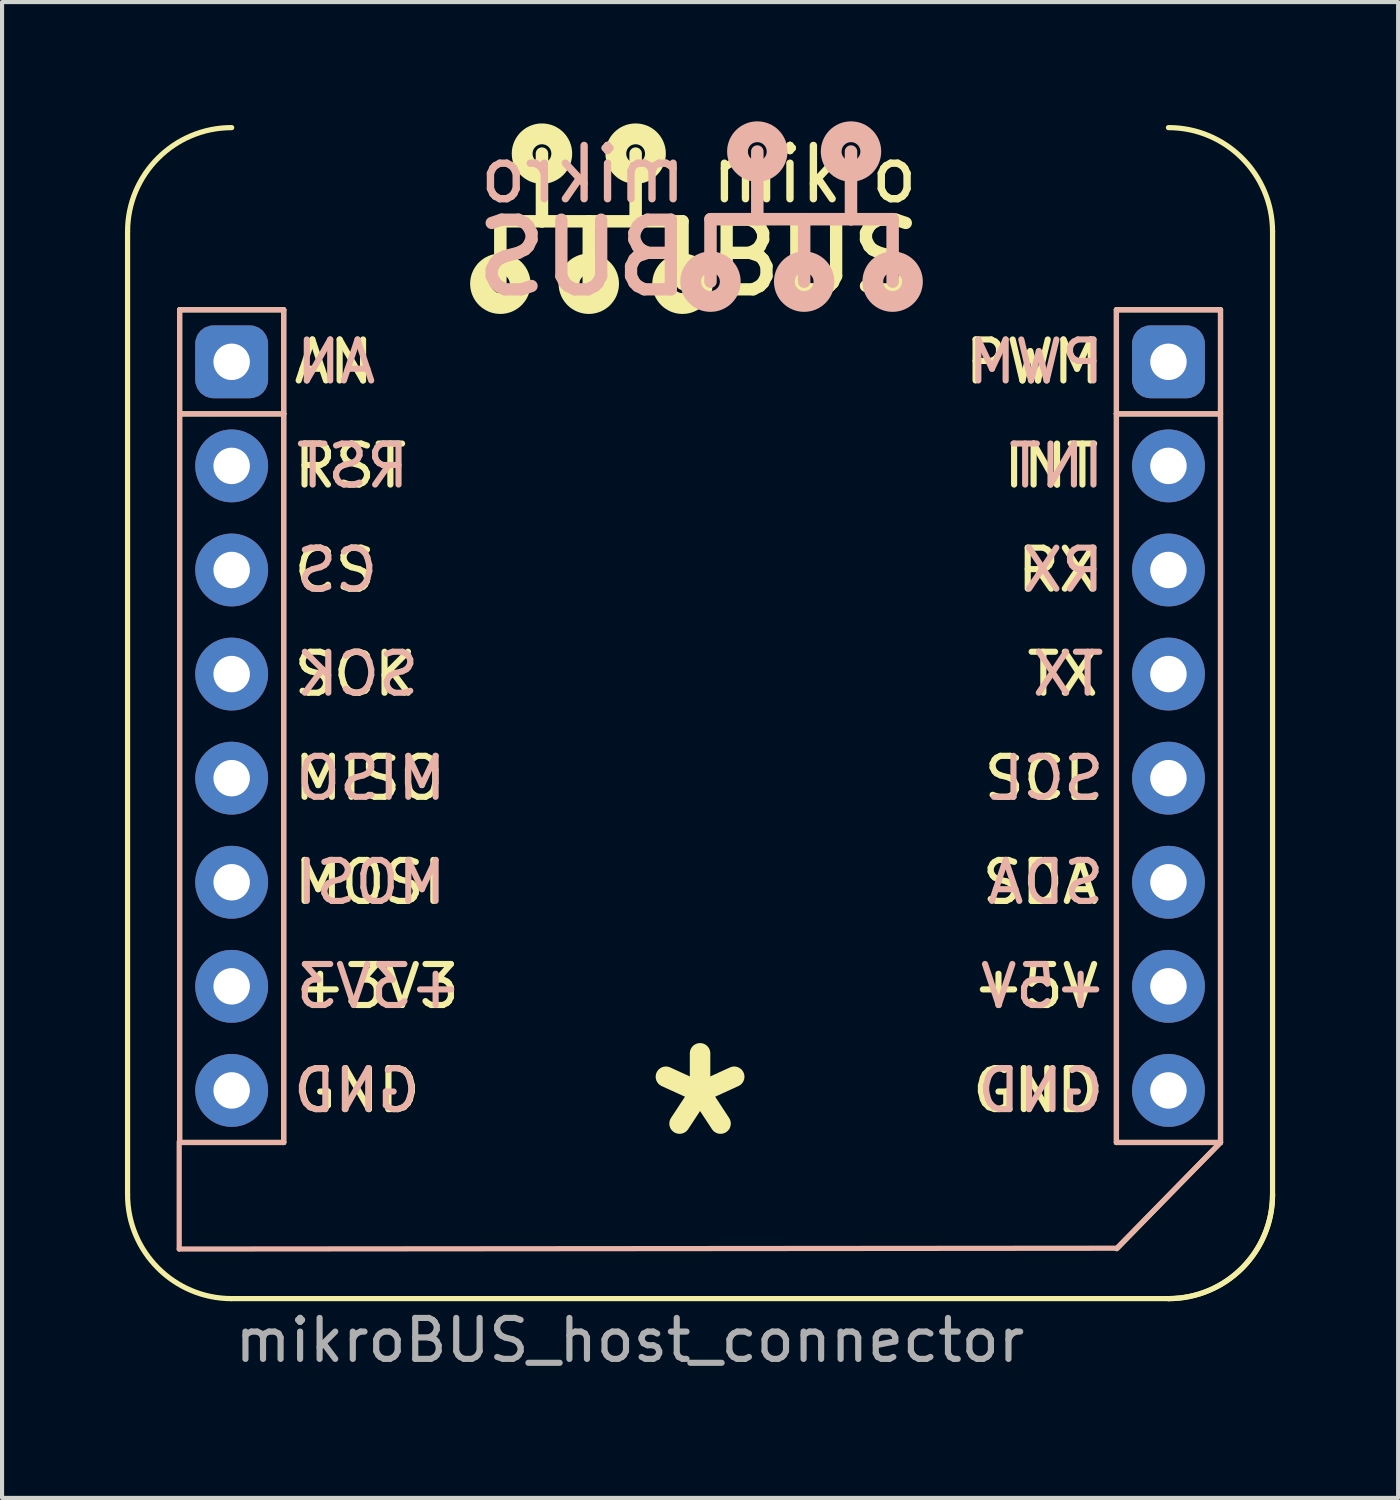
<source format=kicad_pcb>
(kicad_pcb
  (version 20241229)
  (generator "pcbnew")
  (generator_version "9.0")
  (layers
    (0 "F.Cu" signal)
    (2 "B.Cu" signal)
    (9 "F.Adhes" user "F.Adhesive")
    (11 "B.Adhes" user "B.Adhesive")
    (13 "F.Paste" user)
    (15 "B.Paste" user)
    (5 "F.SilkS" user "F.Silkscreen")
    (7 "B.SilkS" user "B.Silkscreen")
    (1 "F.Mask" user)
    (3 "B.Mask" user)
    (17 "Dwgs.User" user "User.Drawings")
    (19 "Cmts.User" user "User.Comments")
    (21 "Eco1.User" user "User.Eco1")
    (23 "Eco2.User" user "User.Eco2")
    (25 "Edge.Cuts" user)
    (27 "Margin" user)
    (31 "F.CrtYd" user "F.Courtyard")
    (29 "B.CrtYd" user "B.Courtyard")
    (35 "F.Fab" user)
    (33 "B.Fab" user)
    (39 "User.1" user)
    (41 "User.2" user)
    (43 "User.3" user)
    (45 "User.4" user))
  (footprint "mikroBUS_host_connector"
    (layer "F.Cu")
    (at 2.603 5.779)
    (property "Reference" "mikroBUS_host_connector" (at 0 23.876 0) (layer "F.Fab") (effects (font (size 1 1) (thickness 0.15)) (justify left)))
    (attr through_hole)
    (fp_line (start -2.54 -3.175) (end -2.54 20.32) (stroke (width 0.127) (type solid)) (layer "F.SilkS"))
    (fp_line (start -1.27 -1.27) (end -1.27 1.27) (stroke (width 0.127) (type solid)) (layer "F.SilkS"))
    (fp_line (start -1.27 1.27) (end -1.27 19.05) (stroke (width 0.127) (type solid)) (layer "F.SilkS"))
    (fp_line (start -1.27 1.27) (end 1.27 1.27) (stroke (width 0.127) (type solid)) (layer "F.SilkS"))
    (fp_line (start -1.27 19.05) (end 1.27 19.05) (stroke (width 0.127) (type solid)) (layer "F.SilkS"))
    (fp_line (start 0 22.86) (end 22.86 22.86) (stroke (width 0.127) (type solid)) (layer "F.SilkS"))
    (fp_line (start 1.27 -1.27) (end -1.27 -1.27) (stroke (width 0.127) (type solid)) (layer "F.SilkS"))
    (fp_line (start 1.27 1.27) (end 1.27 -1.27) (stroke (width 0.127) (type solid)) (layer "F.SilkS"))
    (fp_line (start 1.27 19.05) (end 1.27 1.27) (stroke (width 0.127) (type solid)) (layer "F.SilkS"))
    (fp_line (start 6.556 -3.429) (end 6.556 -1.905) (stroke (width 0.305) (type solid)) (layer "F.SilkS"))
    (fp_line (start 6.556 -3.429) (end 7.572 -3.429) (stroke (width 0.305) (type solid)) (layer "F.SilkS"))
    (fp_line (start 7.572 -3.429) (end 7.572 -5.08) (stroke (width 0.305) (type solid)) (layer "F.SilkS"))
    (fp_line (start 7.572 -3.429) (end 8.715 -3.429) (stroke (width 0.305) (type solid)) (layer "F.SilkS"))
    (fp_line (start 8.715 -3.429) (end 8.715 -1.905) (stroke (width 0.305) (type solid)) (layer "F.SilkS"))
    (fp_line (start 8.715 -3.429) (end 9.858 -3.429) (stroke (width 0.305) (type solid)) (layer "F.SilkS"))
    (fp_line (start 9.858 -3.429) (end 9.858 -5.08) (stroke (width 0.305) (type solid)) (layer "F.SilkS"))
    (fp_line (start 9.858 -3.429) (end 11.001 -3.429) (stroke (width 0.305) (type solid)) (layer "F.SilkS"))
    (fp_line (start 11.001 -3.429) (end 11.001 -1.905) (stroke (width 0.305) (type solid)) (layer "F.SilkS"))
    (fp_line (start 21.59 -1.27) (end 21.59 1.27) (stroke (width 0.127) (type solid)) (layer "F.SilkS"))
    (fp_line (start 21.59 -1.27) (end 24.13 -1.27) (stroke (width 0.127) (type solid)) (layer "F.SilkS"))
    (fp_line (start 21.59 1.27) (end 21.59 19.05) (stroke (width 0.127) (type solid)) (layer "F.SilkS"))
    (fp_line (start 21.59 1.27) (end 24.13 1.27) (stroke (width 0.127) (type solid)) (layer "F.SilkS"))
    (fp_line (start 21.59 19.05) (end 24.13 19.05) (stroke (width 0.127) (type solid)) (layer "F.SilkS"))
    (fp_line (start 24.13 -1.27) (end 24.13 19.05) (stroke (width 0.127) (type solid)) (layer "F.SilkS"))
    (fp_line (start 24.13 19.05) (end 21.6 21.64) (stroke (width 0.127) (type solid)) (layer "F.SilkS"))
    (fp_line (start 25.4 -3.175) (end 25.4 20.32) (stroke (width 0.127) (type solid)) (layer "F.SilkS"))
    (fp_arc (start -2.54 -3.175) (mid -1.796051 -4.971051) (end 0 -5.715) (stroke (width 0.127) (type solid)) (layer "F.SilkS"))
    (fp_arc (start 0 22.86) (mid -1.796051 22.116051) (end -2.54 20.32) (stroke (width 0.127) (type solid)) (layer "F.SilkS"))
    (fp_arc (start 22.86 -5.715) (mid 24.656051 -4.971051) (end 25.4 -3.175) (stroke (width 0.127) (type solid)) (layer "F.SilkS"))
    (fp_arc (start 25.4 20.32) (mid 24.656051 22.116051) (end 22.86 22.86) (stroke (width 0.127) (type solid)) (layer "F.SilkS"))
    (fp_arc (start 25.4 20.32) (mid 24.656051 22.116051) (end 22.86 22.86) (stroke (width 0.127) (type solid)) (layer "F.SilkS"))
    (fp_circle (center 6.556 -1.905) (end 6.785 -1.905) (stroke (width 0.508) (type solid)) (fill no) (layer "F.SilkS"))
    (fp_circle (center 7.572 -5.08) (end 7.801 -5.08) (stroke (width 0.508) (type solid)) (fill no) (layer "F.SilkS"))
    (fp_circle (center 8.715 -1.905) (end 8.944 -1.905) (stroke (width 0.508) (type solid)) (fill no) (layer "F.SilkS"))
    (fp_circle (center 9.858 -5.08) (end 10.087 -5.08) (stroke (width 0.508) (type solid)) (fill no) (layer "F.SilkS"))
    (fp_circle (center 11.001 -1.905) (end 11.23 -1.905) (stroke (width 0.508) (type solid)) (fill no) (layer "F.SilkS"))
    (fp_line (start -1.28 19.03) (end -1.28 21.65) (stroke (width 0.127) (type solid)) (layer "B.SilkS"))
    (fp_line (start -1.28 21.65) (end 21.59 21.63) (stroke (width 0.127) (type solid)) (layer "B.SilkS"))
    (fp_line (start -1.27 -1.27) (end -1.27 1.27) (stroke (width 0.127) (type solid)) (layer "B.SilkS"))
    (fp_line (start -1.27 1.27) (end -1.27 19.05) (stroke (width 0.127) (type solid)) (layer "B.SilkS"))
    (fp_line (start -1.27 1.27) (end 1.27 1.27) (stroke (width 0.127) (type solid)) (layer "B.SilkS"))
    (fp_line (start -1.27 19.05) (end 1.27 19.05) (stroke (width 0.127) (type solid)) (layer "B.SilkS"))
    (fp_line (start 1.27 -1.27) (end -1.27 -1.27) (stroke (width 0.127) (type solid)) (layer "B.SilkS"))
    (fp_line (start 1.27 1.27) (end 1.27 -1.27) (stroke (width 0.127) (type solid)) (layer "B.SilkS"))
    (fp_line (start 1.27 19.05) (end 1.27 1.27) (stroke (width 0.127) (type solid)) (layer "B.SilkS"))
    (fp_line (start 11.684 -3.48) (end 11.684 -1.956) (stroke (width 0.305) (type solid)) (layer "B.SilkS"))
    (fp_line (start 12.827 -3.48) (end 11.684 -3.48) (stroke (width 0.305) (type solid)) (layer "B.SilkS"))
    (fp_line (start 12.827 -3.48) (end 12.827 -5.131) (stroke (width 0.305) (type solid)) (layer "B.SilkS"))
    (fp_line (start 13.97 -3.48) (end 12.827 -3.48) (stroke (width 0.305) (type solid)) (layer "B.SilkS"))
    (fp_line (start 13.97 -3.48) (end 13.97 -1.956) (stroke (width 0.305) (type solid)) (layer "B.SilkS"))
    (fp_line (start 15.113 -3.48) (end 13.97 -3.48) (stroke (width 0.305) (type solid)) (layer "B.SilkS"))
    (fp_line (start 15.113 -3.48) (end 15.113 -5.131) (stroke (width 0.305) (type solid)) (layer "B.SilkS"))
    (fp_line (start 16.129 -3.48) (end 15.113 -3.48) (stroke (width 0.305) (type solid)) (layer "B.SilkS"))
    (fp_line (start 16.129 -3.48) (end 16.129 -1.956) (stroke (width 0.305) (type solid)) (layer "B.SilkS"))
    (fp_line (start 21.59 -1.27) (end 21.59 1.27) (stroke (width 0.127) (type solid)) (layer "B.SilkS"))
    (fp_line (start 21.59 -1.27) (end 24.13 -1.27) (stroke (width 0.127) (type solid)) (layer "B.SilkS"))
    (fp_line (start 21.59 1.27) (end 21.59 19.05) (stroke (width 0.127) (type solid)) (layer "B.SilkS"))
    (fp_line (start 21.59 1.27) (end 24.13 1.27) (stroke (width 0.127) (type solid)) (layer "B.SilkS"))
    (fp_line (start 21.59 19.05) (end 24.13 19.05) (stroke (width 0.127) (type solid)) (layer "B.SilkS"))
    (fp_line (start 24.13 -1.27) (end 24.13 19.05) (stroke (width 0.127) (type solid)) (layer "B.SilkS"))
    (fp_line (start 24.13 19.05) (end 21.59 21.64) (stroke (width 0.127) (type solid)) (layer "B.SilkS"))
    (fp_circle (center 11.684 -1.956) (end 11.913 -1.956) (stroke (width 0.508) (type solid)) (fill no) (layer "B.SilkS"))
    (fp_circle (center 12.827 -5.131) (end 13.056 -5.131) (stroke (width 0.508) (type solid)) (fill no) (layer "B.SilkS"))
    (fp_circle (center 13.97 -1.956) (end 14.199 -1.956) (stroke (width 0.508) (type solid)) (fill no) (layer "B.SilkS"))
    (fp_circle (center 15.113 -5.131) (end 15.342 -5.131) (stroke (width 0.508) (type solid)) (fill no) (layer "B.SilkS"))
    (fp_circle (center 16.129 -1.956) (end 16.358 -1.956) (stroke (width 0.508) (type solid)) (fill no) (layer "B.SilkS"))
    (fp_text user "AN" (at 2.492 0 0) (layer "F.SilkS") (effects (font (size 1 1) (thickness 0.15))))
    (fp_text user "SCL" (at 19.759 10.16 0) (layer "F.SilkS") (effects (font (size 1 1) (thickness 0.15))))
    (fp_text user "CS" (at 2.516 5.08 0) (layer "F.SilkS") (effects (font (size 1 1) (thickness 0.15))))
    (fp_text user "PWM" (at 19.558 0 0) (layer "F.SilkS") (effects (font (size 1 1) (thickness 0.15))))
    (fp_text user "GND" (at 3.064 17.78 0) (layer "F.SilkS") (effects (font (size 1 1) (thickness 0.15))))
    (fp_text user "TX" (at 20.283 7.62 0) (layer "F.SilkS") (effects (font (size 1 1) (thickness 0.15))))
    (fp_text user "+5V" (at 19.617 15.24 0) (layer "F.SilkS") (effects (font (size 1 1) (thickness 0.15))))
    (fp_text user "BUS" (at 14.224 -2.54 0) (layer "F.SilkS") (effects (font (size 1.7 1.7) (thickness 0.3))))
    (fp_text user "SCK" (at 3.016 7.62 0) (layer "F.SilkS") (effects (font (size 1 1) (thickness 0.15))))
    (fp_text user "MOSI" (at 3.35 12.7 0) (layer "F.SilkS") (effects (font (size 1 1) (thickness 0.15))))
    (fp_text user "mikro" (at 14.224 -4.572 0) (layer "F.SilkS") (effects (font (size 1.3 1.2) (thickness 0.18))))
    (fp_text user "SDA" (at 19.736 12.7 0) (layer "F.SilkS") (effects (font (size 1 1) (thickness 0.15))))
    (fp_text user "INT" (at 19.998 2.54 0) (layer "F.SilkS") (effects (font (size 1 1) (thickness 0.15))))
    (fp_text user "MISO" (at 3.35 10.16 0) (layer "F.SilkS") (effects (font (size 1 1) (thickness 0.15))))
    (fp_text user "RST" (at 2.897 2.54 0) (layer "F.SilkS") (effects (font (size 1 1) (thickness 0.15))))
    (fp_text user "*" (at 11.43 19.05 0) (layer "F.SilkS") (effects (font (size 4 3.5) (thickness 0.5))))
    (fp_text user "+3V3" (at 3.54 15.24 0) (layer "F.SilkS") (effects (font (size 1 1) (thickness 0.15))))
    (fp_text user "GND" (at 19.617 17.78 0) (layer "F.SilkS") (effects (font (size 1 1) (thickness 0.15))))
    (fp_text user "RX" (at 20.164 5.08 0) (layer "F.SilkS") (effects (font (size 1 1) (thickness 0.15))))
    (fp_text user "GND" (at 19.744 17.78 0) (layer "B.SilkS") (effects (font (size 1 1) (thickness 0.15)) (justify mirror)))
    (fp_text user "AN" (at 2.548 0 0) (layer "B.SilkS") (effects (font (size 1 1) (thickness 0.15)) (justify mirror)))
    (fp_text user "SCK" (at 3.072 7.62 0) (layer "B.SilkS") (effects (font (size 1 1) (thickness 0.15)) (justify mirror)))
    (fp_text user "RST" (at 2.953 2.54 0) (layer "B.SilkS") (effects (font (size 1 1) (thickness 0.15)) (justify mirror)))
    (fp_text user "MOSI" (at 3.405 12.7 0) (layer "B.SilkS") (effects (font (size 1 1) (thickness 0.15)) (justify mirror)))
    (fp_text user "INT" (at 20.125 2.54 0) (layer "B.SilkS") (effects (font (size 1 1) (thickness 0.15)) (justify mirror)))
    (fp_text user "TX" (at 20.411 7.62 0) (layer "B.SilkS") (effects (font (size 1 1) (thickness 0.15)) (justify mirror)))
    (fp_text user "BUS" (at 8.572 -2.54 0) (layer "B.SilkS") (effects (font (size 1.7 1.7) (thickness 0.3) (bold yes)) (justify mirror)))
    (fp_text user "SDA" (at 19.863 12.7 0) (layer "B.SilkS") (effects (font (size 1 1) (thickness 0.15)) (justify mirror)))
    (fp_text user "PWM" (at 19.625 0 0) (layer "B.SilkS") (effects (font (size 1 1) (thickness 0.15)) (justify mirror)))
    (fp_text user "SCL" (at 19.887 10.16 0) (layer "B.SilkS") (effects (font (size 1 1) (thickness 0.15)) (justify mirror)))
    (fp_text user "CS" (at 2.572 5.08 0) (layer "B.SilkS") (effects (font (size 1 1) (thickness 0.15)) (justify mirror)))
    (fp_text user "RX" (at 20.291 5.08 0) (layer "B.SilkS") (effects (font (size 1 1) (thickness 0.15)) (justify mirror)))
    (fp_text user "+5V" (at 19.812 15.24 0) (layer "B.SilkS") (effects (font (size 1 1) (thickness 0.15)) (justify mirror)))
    (fp_text user "MISO" (at 3.405 10.16 0) (layer "B.SilkS") (effects (font (size 1 1) (thickness 0.15)) (justify mirror)))
    (fp_text user "GND" (at 3.048 17.78 0) (layer "B.SilkS") (effects (font (size 1 1) (thickness 0.15)) (justify mirror)))
    (fp_text user "+3V3" (at 3.596 15.24 0) (layer "B.SilkS") (effects (font (size 1 1) (thickness 0.15)) (justify mirror)))
    (fp_text user "mikro" (at 8.572 -4.572 0) (layer "B.SilkS") (effects (font (size 1.3 1.2) (thickness 0.18)) (justify mirror)))
    (pad "P1" thru_hole roundrect (at 0 0) (size 1.778 1.778) (drill 0.889) (layers "*.Cu" "*.Mask") (roundrect_rratio 0.25))
    (pad "P2" thru_hole circle (at 0 2.54) (size 1.778 1.778) (drill 0.889) (layers "*.Cu" "*.Mask"))
    (pad "P3" thru_hole circle (at 0 5.08) (size 1.778 1.778) (drill 0.889) (layers "*.Cu" "*.Mask"))
    (pad "P4" thru_hole circle (at 0 7.62) (size 1.778 1.778) (drill 0.889) (layers "*.Cu" "*.Mask"))
    (pad "P5" thru_hole circle (at 0 10.16) (size 1.778 1.778) (drill 0.889) (layers "*.Cu" "*.Mask"))
    (pad "P6" thru_hole circle (at 0 12.7) (size 1.778 1.778) (drill 0.889) (layers "*.Cu" "*.Mask"))
    (pad "P7" thru_hole circle (at 0 15.24) (size 1.778 1.778) (drill 0.889) (layers "*.Cu" "*.Mask"))
    (pad "P8" thru_hole circle (at 0 17.78) (size 1.778 1.778) (drill 0.889) (layers "*.Cu" "*.Mask"))
    (pad "P9" thru_hole circle (at 22.86 17.78) (size 1.778 1.778) (drill 0.889) (layers "*.Cu" "*.Mask"))
    (pad "P10" thru_hole circle (at 22.86 15.24) (size 1.778 1.778) (drill 0.889) (layers "*.Cu" "*.Mask"))
    (pad "P11" thru_hole circle (at 22.86 12.7) (size 1.778 1.778) (drill 0.889) (layers "*.Cu" "*.Mask"))
    (pad "P12" thru_hole circle (at 22.86 10.16) (size 1.778 1.778) (drill 0.889) (layers "*.Cu" "*.Mask"))
    (pad "P13" thru_hole circle (at 22.86 7.62) (size 1.778 1.778) (drill 0.889) (layers "*.Cu" "*.Mask"))
    (pad "P14" thru_hole circle (at 22.86 5.08) (size 1.778 1.778) (drill 0.889) (layers "*.Cu" "*.Mask"))
    (pad "P15" thru_hole circle (at 22.86 2.54) (size 1.778 1.778) (drill 0.889) (layers "*.Cu" "*.Mask"))
    (pad "P16" thru_hole roundrect (at 22.86 0) (size 1.778 1.778) (drill 0.889) (layers "*.Cu" "*.Mask") (roundrect_rratio 0.25)))
  (gr_rect
    (start -3 -3)
    (end 31.067 33.503)
    (stroke (width 0.1) (type default))
    (fill no)
    (layer "Edge.Cuts")))
</source>
